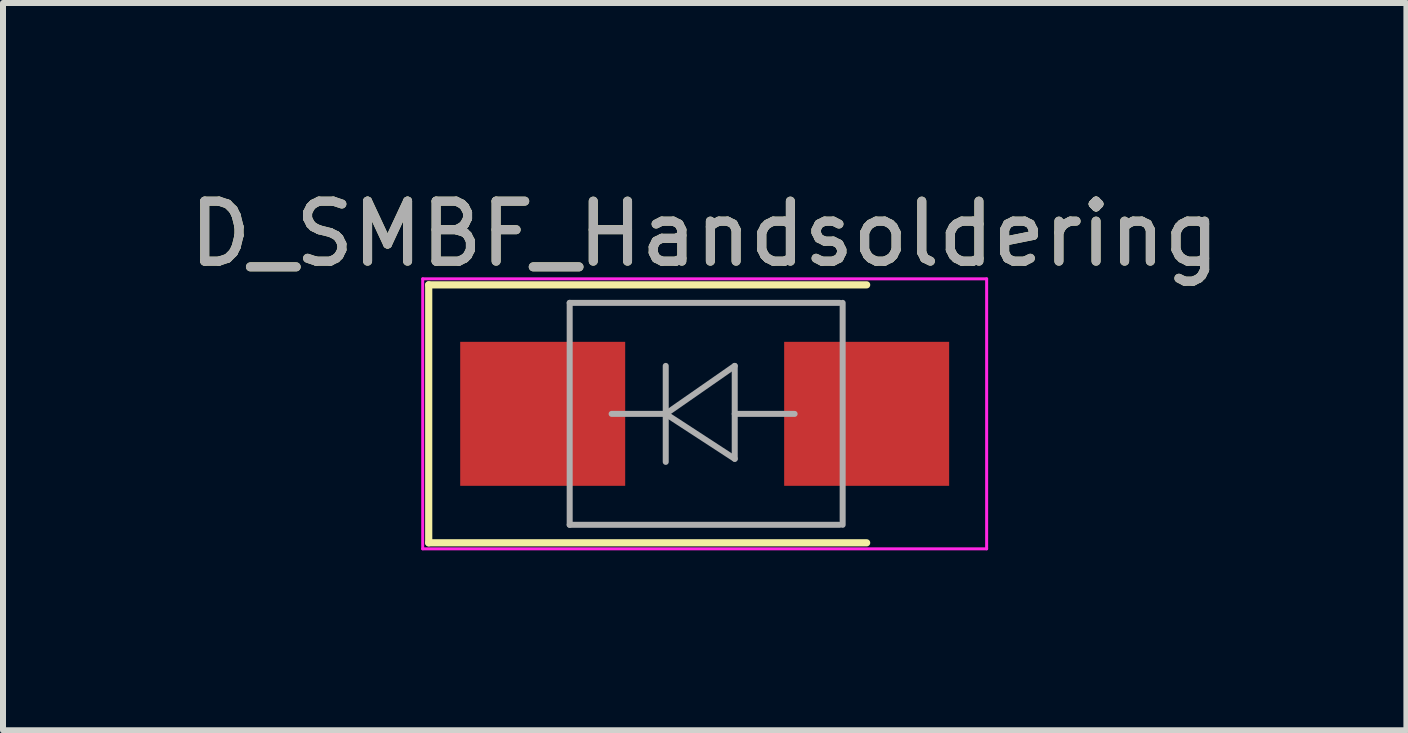
<source format=kicad_pcb>
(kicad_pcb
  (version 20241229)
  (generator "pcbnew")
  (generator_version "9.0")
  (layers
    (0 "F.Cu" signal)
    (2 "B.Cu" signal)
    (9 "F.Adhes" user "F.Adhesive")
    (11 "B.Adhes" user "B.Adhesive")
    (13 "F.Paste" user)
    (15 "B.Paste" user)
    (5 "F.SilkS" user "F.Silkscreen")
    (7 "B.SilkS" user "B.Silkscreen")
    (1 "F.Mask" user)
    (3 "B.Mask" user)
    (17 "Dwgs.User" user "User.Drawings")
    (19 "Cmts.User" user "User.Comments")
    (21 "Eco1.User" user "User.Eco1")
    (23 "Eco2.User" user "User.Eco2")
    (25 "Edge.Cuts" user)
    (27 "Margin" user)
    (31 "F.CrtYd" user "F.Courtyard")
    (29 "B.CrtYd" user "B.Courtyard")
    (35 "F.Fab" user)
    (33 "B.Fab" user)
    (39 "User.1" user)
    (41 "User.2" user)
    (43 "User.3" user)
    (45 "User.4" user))
  (footprint "D_SMBF_Handsoldering"
    (layer "F.Cu")
    (at 8.696 3.848)
    (property "Reference" "D_SMBF_Handsoldering" (at 0 -3 0) (layer "F.SilkS") (effects (font (size 1 1) (thickness 0.15))))
    (attr smd)
    (fp_line (start -4.6 -2.15) (end -4.6 2.15) (stroke (width 0.12) (type solid)) (layer "F.SilkS"))
    (fp_line (start -4.6 -2.15) (end 2.7 -2.15) (stroke (width 0.12) (type solid)) (layer "F.SilkS"))
    (fp_line (start -4.6 2.15) (end 2.7 2.15) (stroke (width 0.12) (type solid)) (layer "F.SilkS"))
    (fp_line (start -4.7 -2.25) (end 4.7 -2.25) (stroke (width 0.05) (type solid)) (layer "F.CrtYd"))
    (fp_line (start -4.7 2.25) (end -4.7 -2.25) (stroke (width 0.05) (type solid)) (layer "F.CrtYd"))
    (fp_line (start 4.7 -2.25) (end 4.7 2.25) (stroke (width 0.05) (type solid)) (layer "F.CrtYd"))
    (fp_line (start 4.7 2.25) (end -4.7 2.25) (stroke (width 0.05) (type solid)) (layer "F.CrtYd"))
    (fp_line (start -2.25 1.85) (end -2.25 -1.85) (stroke (width 0.1) (type solid)) (layer "F.Fab"))
    (fp_line (start -0.649 -0.799) (end -0.649 0.801) (stroke (width 0.1) (type solid)) (layer "F.Fab"))
    (fp_line (start -0.649 0.001) (end -1.551 0.001) (stroke (width 0.1) (type solid)) (layer "F.Fab"))
    (fp_line (start -0.649 0.001) (end 0.501 -0.799) (stroke (width 0.1) (type solid)) (layer "F.Fab"))
    (fp_line (start -0.649 0.001) (end 0.501 0.75) (stroke (width 0.1) (type solid)) (layer "F.Fab"))
    (fp_line (start 0.501 0.001) (end 1.499 0.001) (stroke (width 0.1) (type solid)) (layer "F.Fab"))
    (fp_line (start 0.501 0.75) (end 0.501 -0.799) (stroke (width 0.1) (type solid)) (layer "F.Fab"))
    (fp_line (start 2.25 -1.85) (end -2.25 -1.85) (stroke (width 0.1) (type solid)) (layer "F.Fab"))
    (fp_line (start 2.25 1.85) (end -2.25 1.85) (stroke (width 0.1) (type solid)) (layer "F.Fab"))
    (fp_line (start 2.3 -1.85) (end 2.3 1.85) (stroke (width 0.1) (type solid)) (layer "F.Fab"))
    (fp_text user "${REFERENCE}" (at 0 -3 0) (layer "F.Fab") (effects (font (size 1 1) (thickness 0.15))))
    (pad "1" smd rect (at -2.7 0) (size 2.75 2.4) (layers "F.Cu" "F.Mask" "F.Paste"))
    (pad "2" smd rect (at 2.7 0) (size 2.75 2.4) (layers "F.Cu" "F.Mask" "F.Paste")))
  (gr_rect
    (start -3 -3)
    (end 20.393 9.123)
    (stroke (width 0.1) (type default))
    (fill no)
    (layer "Edge.Cuts")))
</source>
